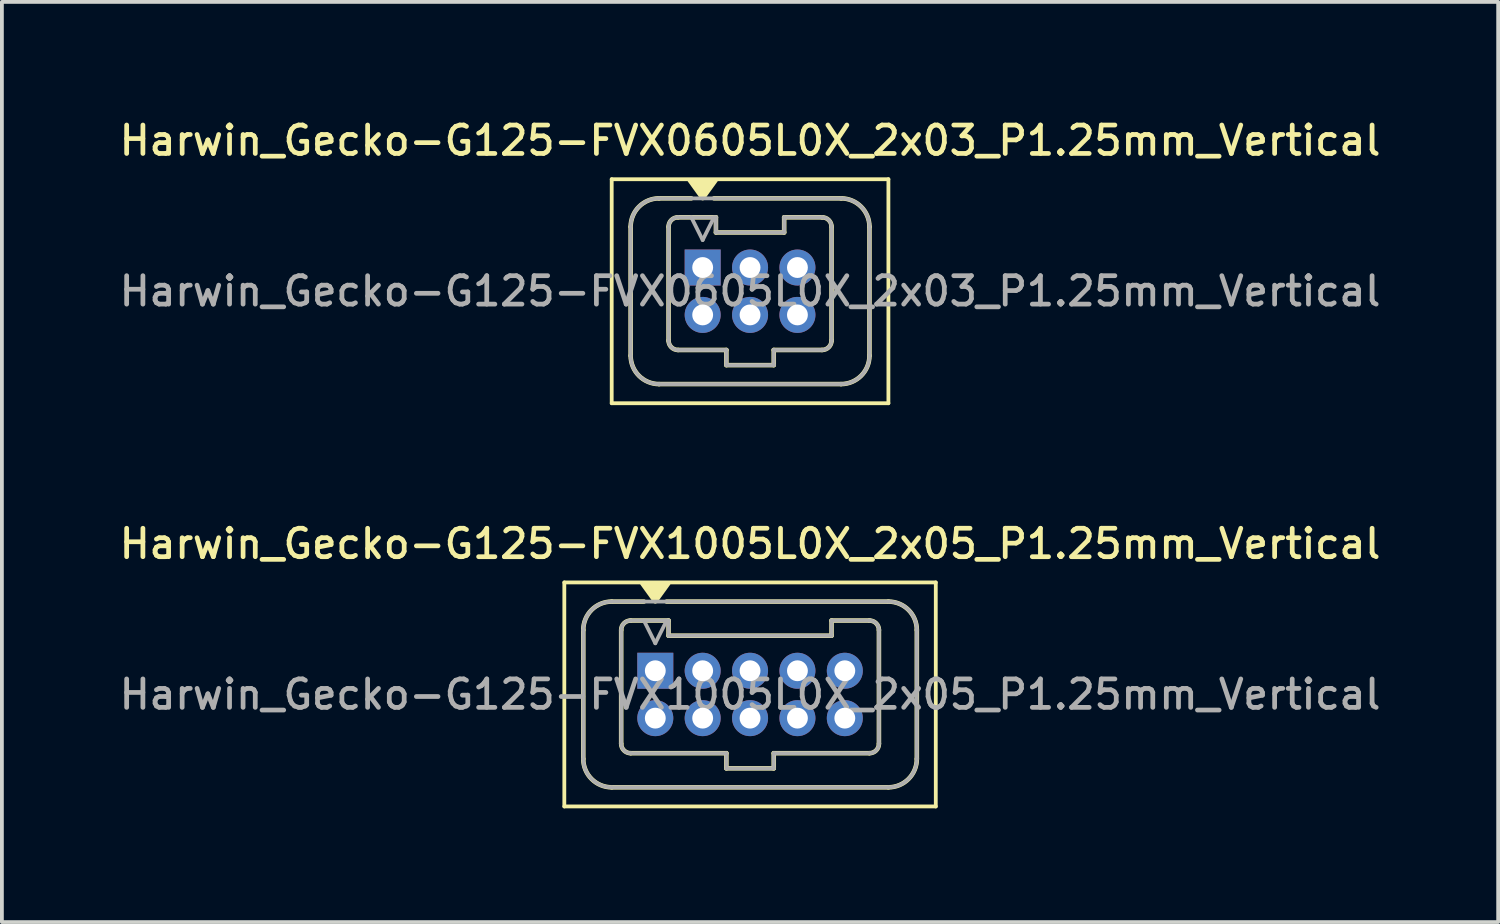
<source format=kicad_pcb>
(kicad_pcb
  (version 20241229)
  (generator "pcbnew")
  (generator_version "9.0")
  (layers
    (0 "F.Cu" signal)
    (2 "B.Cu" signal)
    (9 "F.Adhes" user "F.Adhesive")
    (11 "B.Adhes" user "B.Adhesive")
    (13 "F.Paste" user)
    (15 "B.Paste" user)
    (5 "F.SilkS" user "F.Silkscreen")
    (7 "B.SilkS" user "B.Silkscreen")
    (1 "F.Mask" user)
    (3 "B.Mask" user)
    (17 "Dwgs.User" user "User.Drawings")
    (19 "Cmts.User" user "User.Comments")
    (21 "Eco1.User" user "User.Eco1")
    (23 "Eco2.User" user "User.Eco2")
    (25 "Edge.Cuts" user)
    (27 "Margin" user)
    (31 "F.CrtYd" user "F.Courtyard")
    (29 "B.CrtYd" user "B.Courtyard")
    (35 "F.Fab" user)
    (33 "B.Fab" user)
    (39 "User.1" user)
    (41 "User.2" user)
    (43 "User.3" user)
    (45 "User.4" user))
  (footprint "Harwin_Gecko-G125-FVX0605L0X_2x03_P1.25mm_Vertical"
    (layer "F.Cu")
    (at 15.488 4.008)
    (property "Reference" "Harwin_Gecko-G125-FVX0605L0X_2x03_P1.25mm_Vertical" (at 1.25 -3.35 0) (layer "F.SilkS") (effects (font (size 0.75 0.75) (thickness 0.125))))
    (attr through_hole)
    (fp_line (start -2.4 -2.33) (end -2.4 3.58) (stroke (width 0.1) (type solid)) (layer "F.SilkS"))
    (fp_line (start -2.4 3.58) (end 4.9 3.58) (stroke (width 0.1) (type solid)) (layer "F.SilkS"))
    (fp_line (start -1.9 -1.075) (end -1.9 2.325) (stroke (width 0.12) (type solid)) (layer "F.SilkS"))
    (fp_line (start -1.15 -1.825) (end -0.3 -1.825) (stroke (width 0.12) (type solid)) (layer "F.SilkS"))
    (fp_line (start -1.15 3.075) (end 3.65 3.075) (stroke (width 0.12) (type solid)) (layer "F.SilkS"))
    (fp_line (start -0.9 -1.075) (end -0.9 1.925) (stroke (width 0.12) (type solid)) (layer "F.SilkS"))
    (fp_line (start -0.65 -1.325) (end 0.35 -1.325) (stroke (width 0.12) (type solid)) (layer "F.SilkS"))
    (fp_line (start -0.65 2.175) (end 0.625 2.175) (stroke (width 0.12) (type solid)) (layer "F.SilkS"))
    (fp_line (start 0.3 -1.825) (end 3.65 -1.825) (stroke (width 0.12) (type solid)) (layer "F.SilkS"))
    (fp_line (start 0.35 -1.325) (end 0.35 -0.925) (stroke (width 0.12) (type solid)) (layer "F.SilkS"))
    (fp_line (start 0.35 -0.925) (end 2.15 -0.925) (stroke (width 0.12) (type solid)) (layer "F.SilkS"))
    (fp_line (start 0.625 2.175) (end 0.625 2.575) (stroke (width 0.12) (type solid)) (layer "F.SilkS"))
    (fp_line (start 0.625 2.575) (end 1.875 2.575) (stroke (width 0.12) (type solid)) (layer "F.SilkS"))
    (fp_line (start 1.875 2.175) (end 3.15 2.175) (stroke (width 0.12) (type solid)) (layer "F.SilkS"))
    (fp_line (start 1.875 2.575) (end 1.875 2.175) (stroke (width 0.12) (type solid)) (layer "F.SilkS"))
    (fp_line (start 2.15 -1.325) (end 3.15 -1.325) (stroke (width 0.12) (type solid)) (layer "F.SilkS"))
    (fp_line (start 2.15 -0.925) (end 2.15 -1.325) (stroke (width 0.12) (type solid)) (layer "F.SilkS"))
    (fp_line (start 3.4 -1.075) (end 3.4 1.925) (stroke (width 0.12) (type solid)) (layer "F.SilkS"))
    (fp_line (start 4.4 -1.075) (end 4.4 2.325) (stroke (width 0.12) (type solid)) (layer "F.SilkS"))
    (fp_line (start 4.9 -2.33) (end -2.4 -2.33) (stroke (width 0.1) (type solid)) (layer "F.SilkS"))
    (fp_line (start 4.9 3.58) (end 4.9 -2.33) (stroke (width 0.1) (type solid)) (layer "F.SilkS"))
    (fp_arc (start -1.9 -1.075) (mid -1.68033 -1.60533) (end -1.15 -1.825) (stroke (width 0.12) (type solid)) (layer "F.SilkS"))
    (fp_arc (start -1.15 3.075) (mid -1.68033 2.85533) (end -1.9 2.325) (stroke (width 0.12) (type solid)) (layer "F.SilkS"))
    (fp_arc (start -0.9 -1.075) (mid -0.826777 -1.251777) (end -0.65 -1.325) (stroke (width 0.12) (type solid)) (layer "F.SilkS"))
    (fp_arc (start -0.65 2.175) (mid -0.826777 2.101777) (end -0.9 1.925) (stroke (width 0.12) (type solid)) (layer "F.SilkS"))
    (fp_arc (start 3.15 -1.325) (mid 3.326777 -1.251777) (end 3.4 -1.075) (stroke (width 0.12) (type solid)) (layer "F.SilkS"))
    (fp_arc (start 3.4 1.925) (mid 3.326777 2.101777) (end 3.15 2.175) (stroke (width 0.12) (type solid)) (layer "F.SilkS"))
    (fp_arc (start 3.65 -1.825) (mid 4.18033 -1.60533) (end 4.4 -1.075) (stroke (width 0.12) (type solid)) (layer "F.SilkS"))
    (fp_arc (start 4.4 2.325) (mid 4.18033 2.85533) (end 3.65 3.075) (stroke (width 0.12) (type solid)) (layer "F.SilkS"))
    (fp_poly (pts (xy 0 -1.83) (xy -0.34 -2.3) (xy 0.34 -2.3) (xy 0 -1.83)) (stroke (width 0.12) (type solid)) (fill yes) (layer "F.SilkS"))
    (fp_line (start -1.9 -1.075) (end -1.9 2.325) (stroke (width 0.1) (type solid)) (layer "F.Fab"))
    (fp_line (start -1.15 -1.825) (end 3.65 -1.825) (stroke (width 0.1) (type solid)) (layer "F.Fab"))
    (fp_line (start -1.15 3.075) (end 3.65 3.075) (stroke (width 0.1) (type solid)) (layer "F.Fab"))
    (fp_line (start -0.9 -1.075) (end -0.9 1.925) (stroke (width 0.1) (type solid)) (layer "F.Fab"))
    (fp_line (start -0.65 -1.325) (end 0.35 -1.325) (stroke (width 0.1) (type solid)) (layer "F.Fab"))
    (fp_line (start -0.65 2.175) (end 0.625 2.175) (stroke (width 0.1) (type solid)) (layer "F.Fab"))
    (fp_line (start 0 -0.725) (end -0.3 -1.325) (stroke (width 0.1) (type solid)) (layer "F.Fab"))
    (fp_line (start 0.3 -1.325) (end 0 -0.725) (stroke (width 0.1) (type solid)) (layer "F.Fab"))
    (fp_line (start 0.35 -1.325) (end 0.35 -0.925) (stroke (width 0.1) (type solid)) (layer "F.Fab"))
    (fp_line (start 0.35 -0.925) (end 2.15 -0.925) (stroke (width 0.1) (type solid)) (layer "F.Fab"))
    (fp_line (start 0.625 2.175) (end 0.625 2.575) (stroke (width 0.1) (type solid)) (layer "F.Fab"))
    (fp_line (start 0.625 2.575) (end 1.875 2.575) (stroke (width 0.1) (type solid)) (layer "F.Fab"))
    (fp_line (start 1.875 2.175) (end 3.15 2.175) (stroke (width 0.1) (type solid)) (layer "F.Fab"))
    (fp_line (start 1.875 2.575) (end 1.875 2.175) (stroke (width 0.1) (type solid)) (layer "F.Fab"))
    (fp_line (start 2.15 -1.325) (end 3.15 -1.325) (stroke (width 0.1) (type solid)) (layer "F.Fab"))
    (fp_line (start 2.15 -0.925) (end 2.15 -1.325) (stroke (width 0.1) (type solid)) (layer "F.Fab"))
    (fp_line (start 3.4 -1.075) (end 3.4 1.925) (stroke (width 0.1) (type solid)) (layer "F.Fab"))
    (fp_line (start 4.4 -1.075) (end 4.4 2.325) (stroke (width 0.1) (type solid)) (layer "F.Fab"))
    (fp_arc (start -1.9 -1.075) (mid -1.68033 -1.60533) (end -1.15 -1.825) (stroke (width 0.1) (type solid)) (layer "F.Fab"))
    (fp_arc (start -1.15 3.075) (mid -1.68033 2.85533) (end -1.9 2.325) (stroke (width 0.1) (type solid)) (layer "F.Fab"))
    (fp_arc (start -0.9 -1.075) (mid -0.826777 -1.251777) (end -0.65 -1.325) (stroke (width 0.1) (type solid)) (layer "F.Fab"))
    (fp_arc (start -0.65 2.175) (mid -0.826777 2.101777) (end -0.9 1.925) (stroke (width 0.1) (type solid)) (layer "F.Fab"))
    (fp_arc (start 3.15 -1.325) (mid 3.326777 -1.251777) (end 3.4 -1.075) (stroke (width 0.1) (type solid)) (layer "F.Fab"))
    (fp_arc (start 3.4 1.925) (mid 3.326777 2.101777) (end 3.15 2.175) (stroke (width 0.1) (type solid)) (layer "F.Fab"))
    (fp_arc (start 3.65 -1.825) (mid 4.18033 -1.60533) (end 4.4 -1.075) (stroke (width 0.1) (type solid)) (layer "F.Fab"))
    (fp_arc (start 4.4 2.325) (mid 4.18033 2.85533) (end 3.65 3.075) (stroke (width 0.1) (type solid)) (layer "F.Fab"))
    (fp_text user "${REFERENCE}" (at 1.25 0.625 0) (layer "F.Fab") (effects (font (size 0.75 0.75) (thickness 0.125))))
    (pad "1" thru_hole rect (at 0 0) (size 0.95 0.95) (drill 0.55) (layers "*.Cu" "*.Mask"))
    (pad "2" thru_hole circle (at 1.25 0) (size 0.95 0.95) (drill 0.55) (layers "*.Cu" "*.Mask"))
    (pad "3" thru_hole circle (at 2.5 0) (size 0.95 0.95) (drill 0.55) (layers "*.Cu" "*.Mask"))
    (pad "4" thru_hole circle (at 0 1.25) (size 0.95 0.95) (drill 0.55) (layers "*.Cu" "*.Mask"))
    (pad "5" thru_hole circle (at 1.25 1.25) (size 0.95 0.95) (drill 0.55) (layers "*.Cu" "*.Mask"))
    (pad "6" thru_hole circle (at 2.5 1.25) (size 0.95 0.95) (drill 0.55) (layers "*.Cu" "*.Mask")))
  (footprint "Harwin_Gecko-G125-FVX1005L0X_2x05_P1.25mm_Vertical"
    (layer "F.Cu")
    (at 14.238 14.646)
    (property "Reference" "Harwin_Gecko-G125-FVX1005L0X_2x05_P1.25mm_Vertical" (at 2.5 -3.35 0) (layer "F.SilkS") (effects (font (size 0.75 0.75) (thickness 0.125))))
    (attr through_hole)
    (fp_line (start -2.4 -2.33) (end -2.4 3.58) (stroke (width 0.1) (type solid)) (layer "F.SilkS"))
    (fp_line (start -2.4 3.58) (end 7.4 3.58) (stroke (width 0.1) (type solid)) (layer "F.SilkS"))
    (fp_line (start -1.9 -1.075) (end -1.9 2.325) (stroke (width 0.12) (type solid)) (layer "F.SilkS"))
    (fp_line (start -1.15 -1.825) (end -0.3 -1.825) (stroke (width 0.12) (type solid)) (layer "F.SilkS"))
    (fp_line (start -1.15 3.075) (end 6.15 3.075) (stroke (width 0.12) (type solid)) (layer "F.SilkS"))
    (fp_line (start -0.9 -1.075) (end -0.9 1.925) (stroke (width 0.12) (type solid)) (layer "F.SilkS"))
    (fp_line (start -0.65 -1.325) (end 0.35 -1.325) (stroke (width 0.12) (type solid)) (layer "F.SilkS"))
    (fp_line (start -0.65 2.175) (end 1.875 2.175) (stroke (width 0.12) (type solid)) (layer "F.SilkS"))
    (fp_line (start 0.3 -1.825) (end 6.15 -1.825) (stroke (width 0.12) (type solid)) (layer "F.SilkS"))
    (fp_line (start 0.35 -1.325) (end 0.35 -0.925) (stroke (width 0.12) (type solid)) (layer "F.SilkS"))
    (fp_line (start 0.35 -0.925) (end 4.65 -0.925) (stroke (width 0.12) (type solid)) (layer "F.SilkS"))
    (fp_line (start 1.875 2.175) (end 1.875 2.575) (stroke (width 0.12) (type solid)) (layer "F.SilkS"))
    (fp_line (start 1.875 2.575) (end 3.125 2.575) (stroke (width 0.12) (type solid)) (layer "F.SilkS"))
    (fp_line (start 3.125 2.175) (end 5.65 2.175) (stroke (width 0.12) (type solid)) (layer "F.SilkS"))
    (fp_line (start 3.125 2.575) (end 3.125 2.175) (stroke (width 0.12) (type solid)) (layer "F.SilkS"))
    (fp_line (start 4.65 -1.325) (end 5.65 -1.325) (stroke (width 0.12) (type solid)) (layer "F.SilkS"))
    (fp_line (start 4.65 -0.925) (end 4.65 -1.325) (stroke (width 0.12) (type solid)) (layer "F.SilkS"))
    (fp_line (start 5.9 -1.075) (end 5.9 1.925) (stroke (width 0.12) (type solid)) (layer "F.SilkS"))
    (fp_line (start 6.9 -1.075) (end 6.9 2.325) (stroke (width 0.12) (type solid)) (layer "F.SilkS"))
    (fp_line (start 7.4 -2.33) (end -2.4 -2.33) (stroke (width 0.1) (type solid)) (layer "F.SilkS"))
    (fp_line (start 7.4 3.58) (end 7.4 -2.33) (stroke (width 0.1) (type solid)) (layer "F.SilkS"))
    (fp_arc (start -1.9 -1.075) (mid -1.68033 -1.60533) (end -1.15 -1.825) (stroke (width 0.12) (type solid)) (layer "F.SilkS"))
    (fp_arc (start -1.15 3.075) (mid -1.68033 2.85533) (end -1.9 2.325) (stroke (width 0.12) (type solid)) (layer "F.SilkS"))
    (fp_arc (start -0.9 -1.075) (mid -0.826777 -1.251777) (end -0.65 -1.325) (stroke (width 0.12) (type solid)) (layer "F.SilkS"))
    (fp_arc (start -0.65 2.175) (mid -0.826777 2.101777) (end -0.9 1.925) (stroke (width 0.12) (type solid)) (layer "F.SilkS"))
    (fp_arc (start 5.65 -1.325) (mid 5.826777 -1.251777) (end 5.9 -1.075) (stroke (width 0.12) (type solid)) (layer "F.SilkS"))
    (fp_arc (start 5.9 1.925) (mid 5.826777 2.101777) (end 5.65 2.175) (stroke (width 0.12) (type solid)) (layer "F.SilkS"))
    (fp_arc (start 6.15 -1.825) (mid 6.68033 -1.60533) (end 6.9 -1.075) (stroke (width 0.12) (type solid)) (layer "F.SilkS"))
    (fp_arc (start 6.9 2.325) (mid 6.68033 2.85533) (end 6.15 3.075) (stroke (width 0.12) (type solid)) (layer "F.SilkS"))
    (fp_poly (pts (xy 0 -1.83) (xy -0.34 -2.3) (xy 0.34 -2.3) (xy 0 -1.83)) (stroke (width 0.12) (type solid)) (fill yes) (layer "F.SilkS"))
    (fp_line (start -1.9 -1.075) (end -1.9 2.325) (stroke (width 0.1) (type solid)) (layer "F.Fab"))
    (fp_line (start -1.15 -1.825) (end 6.15 -1.825) (stroke (width 0.1) (type solid)) (layer "F.Fab"))
    (fp_line (start -1.15 3.075) (end 6.15 3.075) (stroke (width 0.1) (type solid)) (layer "F.Fab"))
    (fp_line (start -0.9 -1.075) (end -0.9 1.925) (stroke (width 0.1) (type solid)) (layer "F.Fab"))
    (fp_line (start -0.65 -1.325) (end 0.35 -1.325) (stroke (width 0.1) (type solid)) (layer "F.Fab"))
    (fp_line (start -0.65 2.175) (end 1.875 2.175) (stroke (width 0.1) (type solid)) (layer "F.Fab"))
    (fp_line (start 0 -0.725) (end -0.3 -1.325) (stroke (width 0.1) (type solid)) (layer "F.Fab"))
    (fp_line (start 0.3 -1.325) (end 0 -0.725) (stroke (width 0.1) (type solid)) (layer "F.Fab"))
    (fp_line (start 0.35 -1.325) (end 0.35 -0.925) (stroke (width 0.1) (type solid)) (layer "F.Fab"))
    (fp_line (start 0.35 -0.925) (end 4.65 -0.925) (stroke (width 0.1) (type solid)) (layer "F.Fab"))
    (fp_line (start 1.875 2.175) (end 1.875 2.575) (stroke (width 0.1) (type solid)) (layer "F.Fab"))
    (fp_line (start 1.875 2.575) (end 3.125 2.575) (stroke (width 0.1) (type solid)) (layer "F.Fab"))
    (fp_line (start 3.125 2.175) (end 5.65 2.175) (stroke (width 0.1) (type solid)) (layer "F.Fab"))
    (fp_line (start 3.125 2.575) (end 3.125 2.175) (stroke (width 0.1) (type solid)) (layer "F.Fab"))
    (fp_line (start 4.65 -1.325) (end 5.65 -1.325) (stroke (width 0.1) (type solid)) (layer "F.Fab"))
    (fp_line (start 4.65 -0.925) (end 4.65 -1.325) (stroke (width 0.1) (type solid)) (layer "F.Fab"))
    (fp_line (start 5.9 -1.075) (end 5.9 1.925) (stroke (width 0.1) (type solid)) (layer "F.Fab"))
    (fp_line (start 6.9 -1.075) (end 6.9 2.325) (stroke (width 0.1) (type solid)) (layer "F.Fab"))
    (fp_arc (start -1.9 -1.075) (mid -1.68033 -1.60533) (end -1.15 -1.825) (stroke (width 0.1) (type solid)) (layer "F.Fab"))
    (fp_arc (start -1.15 3.075) (mid -1.68033 2.85533) (end -1.9 2.325) (stroke (width 0.1) (type solid)) (layer "F.Fab"))
    (fp_arc (start -0.9 -1.075) (mid -0.826777 -1.251777) (end -0.65 -1.325) (stroke (width 0.1) (type solid)) (layer "F.Fab"))
    (fp_arc (start -0.65 2.175) (mid -0.826777 2.101777) (end -0.9 1.925) (stroke (width 0.1) (type solid)) (layer "F.Fab"))
    (fp_arc (start 5.65 -1.325) (mid 5.826777 -1.251777) (end 5.9 -1.075) (stroke (width 0.1) (type solid)) (layer "F.Fab"))
    (fp_arc (start 5.9 1.925) (mid 5.826777 2.101777) (end 5.65 2.175) (stroke (width 0.1) (type solid)) (layer "F.Fab"))
    (fp_arc (start 6.15 -1.825) (mid 6.68033 -1.60533) (end 6.9 -1.075) (stroke (width 0.1) (type solid)) (layer "F.Fab"))
    (fp_arc (start 6.9 2.325) (mid 6.68033 2.85533) (end 6.15 3.075) (stroke (width 0.1) (type solid)) (layer "F.Fab"))
    (fp_text user "${REFERENCE}" (at 2.5 0.625 0) (layer "F.Fab") (effects (font (size 0.75 0.75) (thickness 0.125))))
    (pad "1" thru_hole rect (at 0 0) (size 0.95 0.95) (drill 0.55) (layers "*.Cu" "*.Mask"))
    (pad "2" thru_hole circle (at 1.25 0) (size 0.95 0.95) (drill 0.55) (layers "*.Cu" "*.Mask"))
    (pad "3" thru_hole circle (at 2.5 0) (size 0.95 0.95) (drill 0.55) (layers "*.Cu" "*.Mask"))
    (pad "4" thru_hole circle (at 3.75 0) (size 0.95 0.95) (drill 0.55) (layers "*.Cu" "*.Mask"))
    (pad "5" thru_hole circle (at 5 0) (size 0.95 0.95) (drill 0.55) (layers "*.Cu" "*.Mask"))
    (pad "6" thru_hole circle (at 0 1.25) (size 0.95 0.95) (drill 0.55) (layers "*.Cu" "*.Mask"))
    (pad "7" thru_hole circle (at 1.25 1.25) (size 0.95 0.95) (drill 0.55) (layers "*.Cu" "*.Mask"))
    (pad "8" thru_hole circle (at 2.5 1.25) (size 0.95 0.95) (drill 0.55) (layers "*.Cu" "*.Mask"))
    (pad "9" thru_hole circle (at 3.75 1.25) (size 0.95 0.95) (drill 0.55) (layers "*.Cu" "*.Mask"))
    (pad "10" thru_hole circle (at 5 1.25) (size 0.95 0.95) (drill 0.55) (layers "*.Cu" "*.Mask")))
  (gr_rect
    (start -3 -3)
    (end 36.475 21.276)
    (stroke (width 0.1) (type default))
    (fill no)
    (layer "Edge.Cuts")))
</source>
